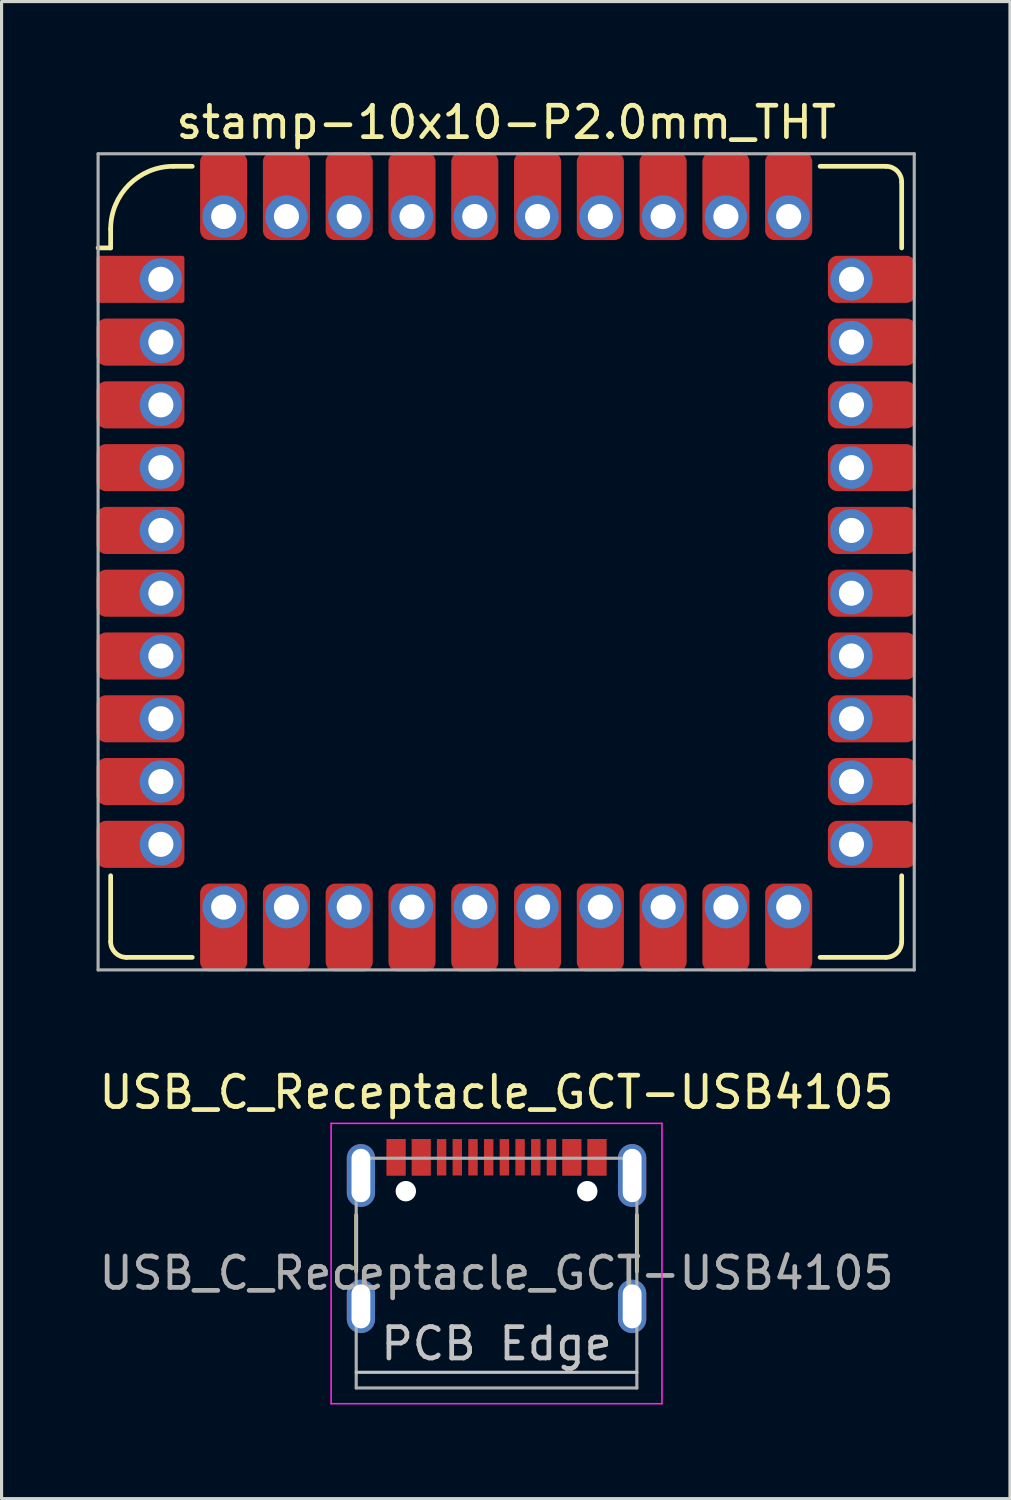
<source format=kicad_pcb>
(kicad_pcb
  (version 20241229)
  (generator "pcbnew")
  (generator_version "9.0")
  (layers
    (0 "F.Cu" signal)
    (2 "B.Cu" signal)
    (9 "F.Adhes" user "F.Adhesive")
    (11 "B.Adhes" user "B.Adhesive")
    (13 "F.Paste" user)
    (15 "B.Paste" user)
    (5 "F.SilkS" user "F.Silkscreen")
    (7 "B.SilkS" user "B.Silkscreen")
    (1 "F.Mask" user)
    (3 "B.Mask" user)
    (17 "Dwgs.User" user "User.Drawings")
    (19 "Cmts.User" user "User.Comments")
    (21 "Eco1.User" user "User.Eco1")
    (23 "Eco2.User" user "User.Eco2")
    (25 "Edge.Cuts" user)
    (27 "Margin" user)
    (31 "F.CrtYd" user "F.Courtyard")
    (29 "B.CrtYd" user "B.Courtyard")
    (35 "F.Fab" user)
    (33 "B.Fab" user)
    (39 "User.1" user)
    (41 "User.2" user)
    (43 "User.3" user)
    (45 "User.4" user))
  (footprint "USB_C_Receptacle_GCT-USB4105"
    (layer "F.Cu")
    (at 12.768 36.327)
    (property "Reference" "USB_C_Receptacle_GCT-USB4105" (at 0 -4.58 0) (layer "F.SilkS") (effects (font (size 1 1) (thickness 0.15))))
    (attr smd)
    (fp_line (start -4.47 -0.67) (end -4.47 1.13) (stroke (width 0.12) (type solid)) (layer "F.SilkS"))
    (fp_line (start 4.47 -0.67) (end 4.47 1.13) (stroke (width 0.12) (type solid)) (layer "F.SilkS"))
    (fp_line (start -4.47 4.34) (end 4.47 4.34) (stroke (width 0.1) (type solid)) (layer "Dwgs.User"))
    (fp_line (start -5.27 -3.59) (end -5.27 5.34) (stroke (width 0.05) (type solid)) (layer "F.CrtYd"))
    (fp_line (start -5.27 5.34) (end 5.27 5.34) (stroke (width 0.05) (type solid)) (layer "F.CrtYd"))
    (fp_line (start 5.27 -3.59) (end -5.27 -3.59) (stroke (width 0.05) (type solid)) (layer "F.CrtYd"))
    (fp_line (start 5.27 5.34) (end 5.27 -3.59) (stroke (width 0.05) (type solid)) (layer "F.CrtYd"))
    (fp_line (start -4.47 -2.48) (end -4.47 4.84) (stroke (width 0.1) (type solid)) (layer "F.Fab"))
    (fp_line (start -4.47 -2.48) (end 4.47 -2.48) (stroke (width 0.1) (type solid)) (layer "F.Fab"))
    (fp_line (start 4.47 -2.48) (end 4.47 4.84) (stroke (width 0.1) (type solid)) (layer "F.Fab"))
    (fp_line (start 4.47 4.84) (end -4.47 4.84) (stroke (width 0.1) (type solid)) (layer "F.Fab"))
    (fp_text user "PCB Edge" (at 0 3.43 0) (layer "Dwgs.User") (effects (font (size 1 1) (thickness 0.15))))
    (fp_text user "${REFERENCE}" (at 0 1.18 0) (layer "F.Fab") (effects (font (size 1 1) (thickness 0.15))))
    (pad "" np_thru_hole circle (at -2.89 -1.43 180) (size 0.65 0.65) (drill 0.65) (layers "*.Cu" "*.Mask"))
    (pad "" np_thru_hole circle (at 2.89 -1.43 180) (size 0.65 0.65) (drill 0.65) (layers "*.Cu" "*.Mask"))
    (pad "A1" smd rect (at -3.2 -2.51) (size 0.6 1.16) (layers "F.Cu" "F.Mask" "F.Paste"))
    (pad "A4" smd rect (at -2.4 -2.51) (size 0.6 1.16) (layers "F.Cu" "F.Mask" "F.Paste"))
    (pad "A5" smd rect (at -1.25 -2.51 180) (size 0.3 1.16) (layers "F.Cu" "F.Mask" "F.Paste"))
    (pad "A6" smd rect (at -0.25 -2.51 180) (size 0.3 1.16) (layers "F.Cu" "F.Mask" "F.Paste"))
    (pad "A7" smd rect (at 0.25 -2.51 180) (size 0.3 1.16) (layers "F.Cu" "F.Mask" "F.Paste"))
    (pad "A8" smd rect (at 1.25 -2.51 180) (size 0.3 1.16) (layers "F.Cu" "F.Mask" "F.Paste"))
    (pad "A9" smd rect (at 2.4 -2.51) (size 0.6 1.16) (layers "F.Cu" "F.Mask" "F.Paste"))
    (pad "A12" smd rect (at 3.2 -2.51) (size 0.6 1.16) (layers "F.Cu" "F.Mask" "F.Paste"))
    (pad "B1" smd rect (at 3.2 -2.51) (size 0.6 1.16) (layers "F.Cu" "F.Mask" "F.Paste"))
    (pad "B4" smd rect (at 2.4 -2.51) (size 0.6 1.16) (layers "F.Cu" "F.Mask" "F.Paste"))
    (pad "B5" smd rect (at 1.75 -2.51 180) (size 0.3 1.16) (layers "F.Cu" "F.Mask" "F.Paste"))
    (pad "B6" smd rect (at 0.75 -2.51 180) (size 0.3 1.16) (layers "F.Cu" "F.Mask" "F.Paste"))
    (pad "B7" smd rect (at -0.75 -2.51 180) (size 0.3 1.16) (layers "F.Cu" "F.Mask" "F.Paste"))
    (pad "B8" smd rect (at -1.75 -2.51 180) (size 0.3 1.16) (layers "F.Cu" "F.Mask" "F.Paste"))
    (pad "B9" smd rect (at -2.4 -2.51) (size 0.6 1.16) (layers "F.Cu" "F.Mask" "F.Paste"))
    (pad "B12" smd rect (at -3.2 -2.51) (size 0.6 1.16) (layers "F.Cu" "F.Mask" "F.Paste"))
    (pad "S1" thru_hole oval (at -4.32 -1.93 90) (size 2 0.9) (drill oval 1.7 0.6) (layers "*.Cu" "*.Mask"))
    (pad "S1" thru_hole oval (at -4.32 2.24 90) (size 1.7 0.9) (drill oval 1.4 0.6) (layers "*.Cu" "*.Mask"))
    (pad "S1" thru_hole oval (at 4.32 -1.93 90) (size 2 0.9) (drill oval 1.7 0.6) (layers "*.Cu" "*.Mask"))
    (pad "S1" thru_hole oval (at 4.32 2.24 90) (size 1.7 0.9) (drill oval 1.4 0.6) (layers "*.Cu" "*.Mask")))
  (footprint "stamp-10x10-P2.0mm_THT"
    (layer "F.Cu")
    (at 13.075 14.848)
    (property "Reference" "stamp-10x10-P2.0mm_THT" (at 0 -14 0) (layer "F.SilkS") (effects (font (size 1 1) (thickness 0.15))))
    (attr through_hole)
    (fp_line (start -13 -10) (end -12.6 -10) (stroke (width 0.15) (type solid)) (layer "F.SilkS"))
    (fp_line (start -12.6 -10) (end -12.6 -10.6) (stroke (width 0.15) (type solid)) (layer "F.SilkS"))
    (fp_line (start -12.6 12.1) (end -12.6 10) (stroke (width 0.15) (type solid)) (layer "F.SilkS"))
    (fp_line (start -10.6 -12.6) (end -10 -12.6) (stroke (width 0.15) (type solid)) (layer "F.SilkS"))
    (fp_line (start -10 12.6) (end -12.1 12.6) (stroke (width 0.15) (type solid)) (layer "F.SilkS"))
    (fp_line (start 10 -12.6) (end 12.1 -12.6) (stroke (width 0.15) (type solid)) (layer "F.SilkS"))
    (fp_line (start 12.1 12.6) (end 10 12.6) (stroke (width 0.15) (type solid)) (layer "F.SilkS"))
    (fp_line (start 12.6 -12.1) (end 12.6 -10) (stroke (width 0.15) (type solid)) (layer "F.SilkS"))
    (fp_line (start 12.6 10) (end 12.6 12.1) (stroke (width 0.15) (type solid)) (layer "F.SilkS"))
    (fp_arc (start -12.6 -10.6) (mid -12.014214 -12.014214) (end -10.6 -12.6) (stroke (width 0.15) (type solid)) (layer "F.SilkS"))
    (fp_arc (start -12.1 12.6) (mid -12.453553 12.453553) (end -12.6 12.1) (stroke (width 0.15) (type solid)) (layer "F.SilkS"))
    (fp_arc (start 12.1 -12.6) (mid 12.453553 -12.453553) (end 12.6 -12.1) (stroke (width 0.15) (type solid)) (layer "F.SilkS"))
    (fp_arc (start 12.6 12.1) (mid 12.453553 12.453553) (end 12.1 12.6) (stroke (width 0.15) (type solid)) (layer "F.SilkS"))
    (fp_line (start -13 -13) (end 13 -13) (stroke (width 0.1) (type solid)) (layer "F.Fab"))
    (fp_line (start -13 13) (end -13 -13) (stroke (width 0.1) (type solid)) (layer "F.Fab"))
    (fp_line (start 13 -13) (end 13 13) (stroke (width 0.1) (type solid)) (layer "F.Fab"))
    (fp_line (start 13 13) (end -13 13) (stroke (width 0.1) (type solid)) (layer "F.Fab"))
    (pad "1" smd roundrect (at -11.65 -9) (size 2.8 1.5) (layers "F.Cu" "F.Mask" "F.Paste") (roundrect_rratio 0.05))
    (pad "1" thru_hole circle (at -11 -9) (size 1.35 1.35) (drill 0.8) (layers "*.Cu" "*.Mask"))
    (pad "2" smd roundrect (at -11.65 -7) (size 2.8 1.5) (layers "F.Cu" "F.Mask" "F.Paste") (roundrect_rratio 0.2))
    (pad "2" thru_hole oval (at -11 -7) (size 1.35 1.35) (drill 0.8) (layers "*.Cu" "*.Mask"))
    (pad "3" smd roundrect (at -11.65 -5) (size 2.8 1.5) (layers "F.Cu" "F.Mask" "F.Paste") (roundrect_rratio 0.2))
    (pad "3" thru_hole oval (at -11 -5) (size 1.35 1.35) (drill 0.8) (layers "*.Cu" "*.Mask"))
    (pad "4" smd roundrect (at -11.65 -3) (size 2.8 1.5) (layers "F.Cu" "F.Mask" "F.Paste") (roundrect_rratio 0.2))
    (pad "4" thru_hole oval (at -11 -3) (size 1.35 1.35) (drill 0.8) (layers "*.Cu" "*.Mask"))
    (pad "5" smd roundrect (at -11.65 -1) (size 2.8 1.5) (layers "F.Cu" "F.Mask" "F.Paste") (roundrect_rratio 0.2))
    (pad "5" thru_hole oval (at -11 -1) (size 1.35 1.35) (drill 0.8) (layers "*.Cu" "*.Mask"))
    (pad "6" smd roundrect (at -11.65 1) (size 2.8 1.5) (layers "F.Cu" "F.Mask" "F.Paste") (roundrect_rratio 0.2))
    (pad "6" thru_hole oval (at -11 1) (size 1.35 1.35) (drill 0.8) (layers "*.Cu" "*.Mask"))
    (pad "7" smd roundrect (at -11.65 3) (size 2.8 1.5) (layers "F.Cu" "F.Mask" "F.Paste") (roundrect_rratio 0.2))
    (pad "7" thru_hole oval (at -11 3) (size 1.35 1.35) (drill 0.8) (layers "*.Cu" "*.Mask"))
    (pad "8" smd roundrect (at -11.65 5) (size 2.8 1.5) (layers "F.Cu" "F.Mask" "F.Paste") (roundrect_rratio 0.2))
    (pad "8" thru_hole oval (at -11 5) (size 1.35 1.35) (drill 0.8) (layers "*.Cu" "*.Mask"))
    (pad "9" smd roundrect (at -11.65 7) (size 2.8 1.5) (layers "F.Cu" "F.Mask" "F.Paste") (roundrect_rratio 0.2))
    (pad "9" thru_hole oval (at -11 7) (size 1.35 1.35) (drill 0.8) (layers "*.Cu" "*.Mask"))
    (pad "10" smd roundrect (at -11.65 9) (size 2.8 1.5) (layers "F.Cu" "F.Mask" "F.Paste") (roundrect_rratio 0.2))
    (pad "10" thru_hole oval (at -11 9) (size 1.35 1.35) (drill 0.8) (layers "*.Cu" "*.Mask"))
    (pad "11" thru_hole oval (at -9 11) (size 1.35 1.35) (drill 0.8) (layers "*.Cu" "*.Mask"))
    (pad "11" smd roundrect (at -9 11.65 270) (size 2.8 1.5) (layers "F.Cu" "F.Mask" "F.Paste") (roundrect_rratio 0.2))
    (pad "12" thru_hole oval (at -7 11) (size 1.35 1.35) (drill 0.8) (layers "*.Cu" "*.Mask"))
    (pad "12" smd roundrect (at -7 11.65 270) (size 2.8 1.5) (layers "F.Cu" "F.Mask" "F.Paste") (roundrect_rratio 0.2))
    (pad "13" thru_hole oval (at -5 11) (size 1.35 1.35) (drill 0.8) (layers "*.Cu" "*.Mask"))
    (pad "13" smd roundrect (at -5 11.65 270) (size 2.8 1.5) (layers "F.Cu" "F.Mask" "F.Paste") (roundrect_rratio 0.2))
    (pad "14" thru_hole oval (at -3 11) (size 1.35 1.35) (drill 0.8) (layers "*.Cu" "*.Mask"))
    (pad "14" smd roundrect (at -3 11.65 270) (size 2.8 1.5) (layers "F.Cu" "F.Mask" "F.Paste") (roundrect_rratio 0.2))
    (pad "15" thru_hole oval (at -1 11) (size 1.35 1.35) (drill 0.8) (layers "*.Cu" "*.Mask"))
    (pad "15" smd roundrect (at -1 11.65 270) (size 2.8 1.5) (layers "F.Cu" "F.Mask" "F.Paste") (roundrect_rratio 0.2))
    (pad "16" thru_hole oval (at 1 11) (size 1.35 1.35) (drill 0.8) (layers "*.Cu" "*.Mask"))
    (pad "16" smd roundrect (at 1 11.65 270) (size 2.8 1.5) (layers "F.Cu" "F.Mask" "F.Paste") (roundrect_rratio 0.2))
    (pad "17" thru_hole oval (at 3 11) (size 1.35 1.35) (drill 0.8) (layers "*.Cu" "*.Mask"))
    (pad "17" smd roundrect (at 3 11.65 270) (size 2.8 1.5) (layers "F.Cu" "F.Mask" "F.Paste") (roundrect_rratio 0.2))
    (pad "18" thru_hole oval (at 5 11) (size 1.35 1.35) (drill 0.8) (layers "*.Cu" "*.Mask"))
    (pad "18" smd roundrect (at 5 11.65 270) (size 2.8 1.5) (layers "F.Cu" "F.Mask" "F.Paste") (roundrect_rratio 0.2))
    (pad "19" thru_hole oval (at 7 11) (size 1.35 1.35) (drill 0.8) (layers "*.Cu" "*.Mask"))
    (pad "19" smd roundrect (at 7 11.65 270) (size 2.8 1.5) (layers "F.Cu" "F.Mask" "F.Paste") (roundrect_rratio 0.2))
    (pad "20" thru_hole oval (at 9 11) (size 1.35 1.35) (drill 0.8) (layers "*.Cu" "*.Mask"))
    (pad "20" smd roundrect (at 9 11.65 270) (size 2.8 1.5) (layers "F.Cu" "F.Mask" "F.Paste") (roundrect_rratio 0.2))
    (pad "21" thru_hole oval (at 11 9) (size 1.35 1.35) (drill 0.8) (layers "*.Cu" "*.Mask"))
    (pad "21" smd roundrect (at 11.65 9) (size 2.8 1.5) (layers "F.Cu" "F.Mask" "F.Paste") (roundrect_rratio 0.2))
    (pad "22" thru_hole oval (at 11 7) (size 1.35 1.35) (drill 0.8) (layers "*.Cu" "*.Mask"))
    (pad "22" smd roundrect (at 11.65 7) (size 2.8 1.5) (layers "F.Cu" "F.Mask" "F.Paste") (roundrect_rratio 0.2))
    (pad "23" thru_hole oval (at 11 5) (size 1.35 1.35) (drill 0.8) (layers "*.Cu" "*.Mask"))
    (pad "23" smd roundrect (at 11.65 5) (size 2.8 1.5) (layers "F.Cu" "F.Mask" "F.Paste") (roundrect_rratio 0.2))
    (pad "24" thru_hole oval (at 11 3) (size 1.35 1.35) (drill 0.8) (layers "*.Cu" "*.Mask"))
    (pad "24" smd roundrect (at 11.65 3) (size 2.8 1.5) (layers "F.Cu" "F.Mask" "F.Paste") (roundrect_rratio 0.2))
    (pad "25" thru_hole oval (at 11 1) (size 1.35 1.35) (drill 0.8) (layers "*.Cu" "*.Mask"))
    (pad "25" smd roundrect (at 11.65 1) (size 2.8 1.5) (layers "F.Cu" "F.Mask" "F.Paste") (roundrect_rratio 0.2))
    (pad "26" thru_hole oval (at 11 -1) (size 1.35 1.35) (drill 0.8) (layers "*.Cu" "*.Mask"))
    (pad "26" smd roundrect (at 11.65 -1) (size 2.8 1.5) (layers "F.Cu" "F.Mask" "F.Paste") (roundrect_rratio 0.2))
    (pad "27" thru_hole oval (at 11 -3) (size 1.35 1.35) (drill 0.8) (layers "*.Cu" "*.Mask"))
    (pad "27" smd roundrect (at 11.65 -3) (size 2.8 1.5) (layers "F.Cu" "F.Mask" "F.Paste") (roundrect_rratio 0.2))
    (pad "28" thru_hole oval (at 11 -5) (size 1.35 1.35) (drill 0.8) (layers "*.Cu" "*.Mask"))
    (pad "28" smd roundrect (at 11.65 -5) (size 2.8 1.5) (layers "F.Cu" "F.Mask" "F.Paste") (roundrect_rratio 0.2))
    (pad "29" thru_hole oval (at 11 -7) (size 1.35 1.35) (drill 0.8) (layers "*.Cu" "*.Mask"))
    (pad "29" smd roundrect (at 11.65 -7) (size 2.8 1.5) (layers "F.Cu" "F.Mask" "F.Paste") (roundrect_rratio 0.2))
    (pad "30" thru_hole oval (at 11 -9) (size 1.35 1.35) (drill 0.8) (layers "*.Cu" "*.Mask"))
    (pad "30" smd roundrect (at 11.65 -9) (size 2.8 1.5) (layers "F.Cu" "F.Mask" "F.Paste") (roundrect_rratio 0.2))
    (pad "31" smd roundrect (at 9 -11.65 270) (size 2.8 1.5) (layers "F.Cu" "F.Mask" "F.Paste") (roundrect_rratio 0.2))
    (pad "31" thru_hole oval (at 9 -11) (size 1.35 1.35) (drill 0.8) (layers "*.Cu" "*.Mask"))
    (pad "32" smd roundrect (at 7 -11.65 270) (size 2.8 1.5) (layers "F.Cu" "F.Mask" "F.Paste") (roundrect_rratio 0.2))
    (pad "32" thru_hole oval (at 7 -11) (size 1.35 1.35) (drill 0.8) (layers "*.Cu" "*.Mask"))
    (pad "33" smd roundrect (at 5 -11.65 270) (size 2.8 1.5) (layers "F.Cu" "F.Mask" "F.Paste") (roundrect_rratio 0.2))
    (pad "33" thru_hole oval (at 5 -11) (size 1.35 1.35) (drill 0.8) (layers "*.Cu" "*.Mask"))
    (pad "34" smd roundrect (at 3 -11.65 270) (size 2.8 1.5) (layers "F.Cu" "F.Mask" "F.Paste") (roundrect_rratio 0.2))
    (pad "34" thru_hole oval (at 3 -11) (size 1.35 1.35) (drill 0.8) (layers "*.Cu" "*.Mask"))
    (pad "35" smd roundrect (at 1 -11.65 270) (size 2.8 1.5) (layers "F.Cu" "F.Mask" "F.Paste") (roundrect_rratio 0.2))
    (pad "35" thru_hole oval (at 1 -11) (size 1.35 1.35) (drill 0.8) (layers "*.Cu" "*.Mask"))
    (pad "36" smd roundrect (at -1 -11.65 270) (size 2.8 1.5) (layers "F.Cu" "F.Mask" "F.Paste") (roundrect_rratio 0.2))
    (pad "36" thru_hole oval (at -1 -11) (size 1.35 1.35) (drill 0.8) (layers "*.Cu" "*.Mask"))
    (pad "37" smd roundrect (at -3 -11.65 270) (size 2.8 1.5) (layers "F.Cu" "F.Mask" "F.Paste") (roundrect_rratio 0.2))
    (pad "37" thru_hole oval (at -3 -11) (size 1.35 1.35) (drill 0.8) (layers "*.Cu" "*.Mask"))
    (pad "38" smd roundrect (at -5 -11.65 270) (size 2.8 1.5) (layers "F.Cu" "F.Mask" "F.Paste") (roundrect_rratio 0.2))
    (pad "38" thru_hole oval (at -5 -11) (size 1.35 1.35) (drill 0.8) (layers "*.Cu" "*.Mask"))
    (pad "39" smd roundrect (at -7 -11.65 270) (size 2.8 1.5) (layers "F.Cu" "F.Mask" "F.Paste") (roundrect_rratio 0.2))
    (pad "39" thru_hole oval (at -7 -11) (size 1.35 1.35) (drill 0.8) (layers "*.Cu" "*.Mask"))
    (pad "40" smd roundrect (at -9 -11.65 270) (size 2.8 1.5) (layers "F.Cu" "F.Mask" "F.Paste") (roundrect_rratio 0.2))
    (pad "40" thru_hole oval (at -9 -11) (size 1.35 1.35) (drill 0.8) (layers "*.Cu" "*.Mask")))
  (gr_rect
    (start -3 -3)
    (end 29.125 44.691)
    (stroke (width 0.1) (type default))
    (fill no)
    (layer "Edge.Cuts")))
</source>
